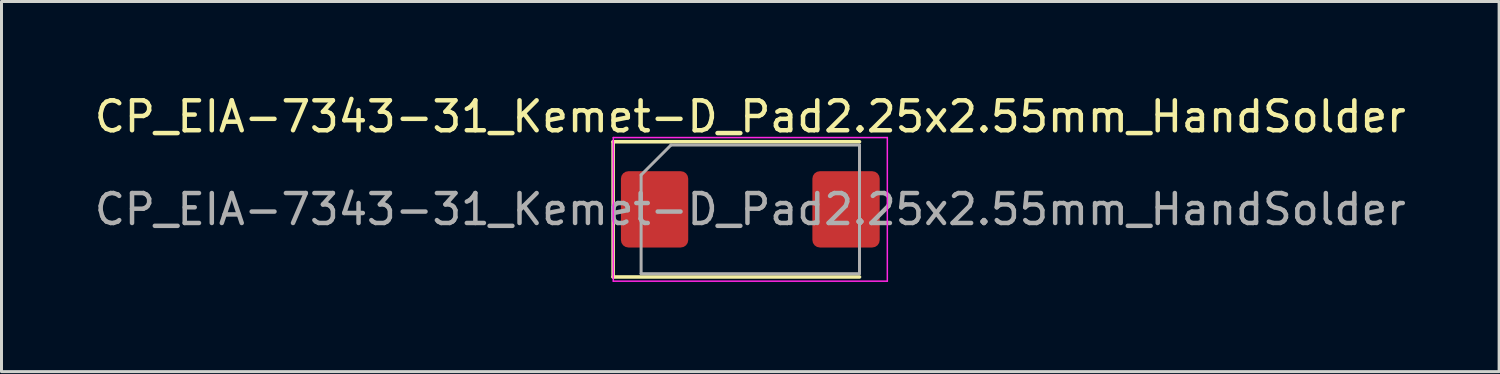
<source format=kicad_pcb>
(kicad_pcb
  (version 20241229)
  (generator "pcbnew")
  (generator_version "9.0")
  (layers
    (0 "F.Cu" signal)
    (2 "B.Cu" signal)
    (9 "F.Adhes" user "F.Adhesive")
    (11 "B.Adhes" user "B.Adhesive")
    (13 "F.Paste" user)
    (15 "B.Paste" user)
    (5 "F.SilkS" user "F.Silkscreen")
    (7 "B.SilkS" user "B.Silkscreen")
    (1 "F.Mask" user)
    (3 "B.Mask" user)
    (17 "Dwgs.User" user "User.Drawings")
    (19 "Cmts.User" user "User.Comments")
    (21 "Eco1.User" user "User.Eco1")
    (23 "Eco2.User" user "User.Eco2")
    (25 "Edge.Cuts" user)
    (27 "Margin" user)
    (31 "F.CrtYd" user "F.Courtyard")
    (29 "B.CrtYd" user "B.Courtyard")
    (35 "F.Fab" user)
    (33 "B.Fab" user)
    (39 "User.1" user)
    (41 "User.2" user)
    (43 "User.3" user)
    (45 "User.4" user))
  (footprint "CP_EIA-7343-31_Kemet-D_Pad2.25x2.55mm_HandSolder"
    (layer "F.Cu")
    (at 22.03 3.948)
    (property "Reference" "CP_EIA-7343-31_Kemet-D_Pad2.25x2.55mm_HandSolder" (at 0 -3.1 0) (layer "F.SilkS") (effects (font (size 1 1) (thickness 0.15))))
    (attr smd)
    (fp_line (start -4.585 -2.26) (end -4.585 2.26) (stroke (width 0.12) (type solid)) (layer "F.SilkS"))
    (fp_line (start -4.585 2.26) (end 3.65 2.26) (stroke (width 0.12) (type solid)) (layer "F.SilkS"))
    (fp_line (start 3.65 -2.26) (end -4.585 -2.26) (stroke (width 0.12) (type solid)) (layer "F.SilkS"))
    (fp_line (start -4.58 -2.4) (end 4.58 -2.4) (stroke (width 0.05) (type solid)) (layer "F.CrtYd"))
    (fp_line (start -4.58 2.4) (end -4.58 -2.4) (stroke (width 0.05) (type solid)) (layer "F.CrtYd"))
    (fp_line (start 4.58 -2.4) (end 4.58 2.4) (stroke (width 0.05) (type solid)) (layer "F.CrtYd"))
    (fp_line (start 4.58 2.4) (end -4.58 2.4) (stroke (width 0.05) (type solid)) (layer "F.CrtYd"))
    (fp_line (start -3.65 -1.15) (end -3.65 2.15) (stroke (width 0.1) (type solid)) (layer "F.Fab"))
    (fp_line (start -3.65 2.15) (end 3.65 2.15) (stroke (width 0.1) (type solid)) (layer "F.Fab"))
    (fp_line (start -2.65 -2.15) (end -3.65 -1.15) (stroke (width 0.1) (type solid)) (layer "F.Fab"))
    (fp_line (start 3.65 -2.15) (end -2.65 -2.15) (stroke (width 0.1) (type solid)) (layer "F.Fab"))
    (fp_line (start 3.65 2.15) (end 3.65 -2.15) (stroke (width 0.1) (type solid)) (layer "F.Fab"))
    (fp_text user "${REFERENCE}" (at 0 0 0) (layer "F.Fab") (effects (font (size 1 1) (thickness 0.15))))
    (pad "1" smd roundrect (at -3.2 0) (size 2.25 2.55) (layers "F.Cu" "F.Mask" "F.Paste") (roundrect_rratio 0.111))
    (pad "2" smd roundrect (at 3.2 0) (size 2.25 2.55) (layers "F.Cu" "F.Mask" "F.Paste") (roundrect_rratio 0.111)))
  (gr_rect
    (start -3 -3)
    (end 47.06 9.373)
    (stroke (width 0.1) (type default))
    (fill no)
    (layer "Edge.Cuts")))
</source>
